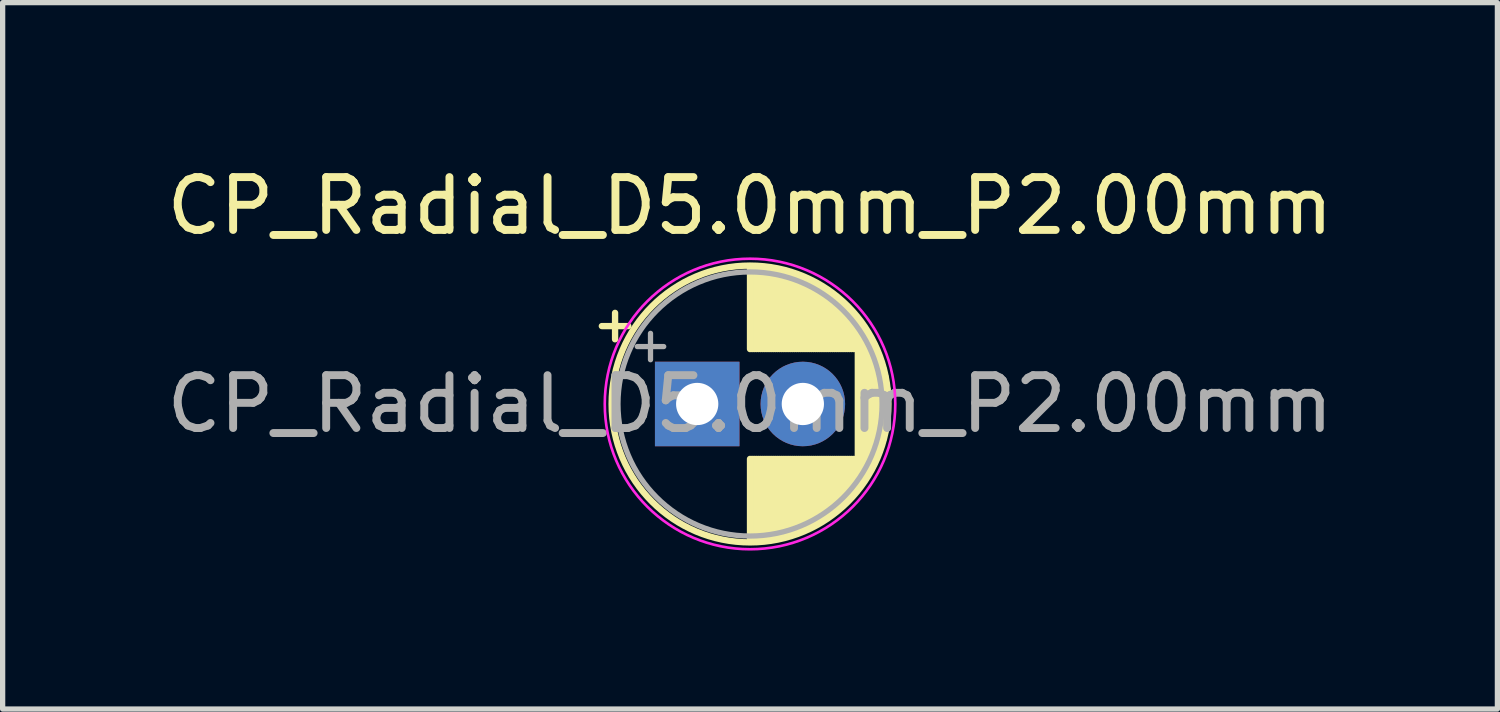
<source format=kicad_pcb>
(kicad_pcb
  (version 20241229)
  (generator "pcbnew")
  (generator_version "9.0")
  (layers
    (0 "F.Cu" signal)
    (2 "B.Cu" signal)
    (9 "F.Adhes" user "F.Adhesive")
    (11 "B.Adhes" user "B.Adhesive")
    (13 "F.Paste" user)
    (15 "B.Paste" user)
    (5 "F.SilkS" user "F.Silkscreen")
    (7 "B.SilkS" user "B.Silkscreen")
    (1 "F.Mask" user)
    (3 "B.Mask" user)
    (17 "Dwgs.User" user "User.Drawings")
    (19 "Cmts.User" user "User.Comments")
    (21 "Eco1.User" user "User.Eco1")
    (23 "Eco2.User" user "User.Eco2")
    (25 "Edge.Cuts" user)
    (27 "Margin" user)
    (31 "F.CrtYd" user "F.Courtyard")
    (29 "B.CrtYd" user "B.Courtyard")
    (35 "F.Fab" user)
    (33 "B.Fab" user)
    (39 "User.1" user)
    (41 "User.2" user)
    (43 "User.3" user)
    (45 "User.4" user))
  (footprint "CP_Radial_D5.0mm_P2.00mm"
    (layer "F.Cu")
    (at 10.149 4.598)
    (property "Reference" "CP_Radial_D5.0mm_P2.00mm" (at 1 -3.75 180) (layer "F.SilkS") (effects (font (size 1 1) (thickness 0.15))))
    (attr through_hole)
    (fp_line (start -1.805 -1.475) (end -1.305 -1.475) (stroke (width 0.12) (type solid)) (layer "F.SilkS"))
    (fp_line (start -1.555 -1.725) (end -1.555 -1.225) (stroke (width 0.12) (type solid)) (layer "F.SilkS"))
    (fp_line (start 1 -2.58) (end 1 -1.04) (stroke (width 0.12) (type solid)) (layer "F.SilkS"))
    (fp_line (start 1 1.04) (end 1 2.58) (stroke (width 0.12) (type solid)) (layer "F.SilkS"))
    (fp_line (start 1.04 -2.58) (end 1.04 -1.04) (stroke (width 0.12) (type solid)) (layer "F.SilkS"))
    (fp_line (start 1.04 1.04) (end 1.04 2.58) (stroke (width 0.12) (type solid)) (layer "F.SilkS"))
    (fp_line (start 1.08 -2.579) (end 1.08 -1.04) (stroke (width 0.12) (type solid)) (layer "F.SilkS"))
    (fp_line (start 1.08 1.04) (end 1.08 2.579) (stroke (width 0.12) (type solid)) (layer "F.SilkS"))
    (fp_line (start 1.12 -2.578) (end 1.12 -1.04) (stroke (width 0.12) (type solid)) (layer "F.SilkS"))
    (fp_line (start 1.12 1.04) (end 1.12 2.578) (stroke (width 0.12) (type solid)) (layer "F.SilkS"))
    (fp_line (start 1.16 -2.576) (end 1.16 -1.04) (stroke (width 0.12) (type solid)) (layer "F.SilkS"))
    (fp_line (start 1.16 1.04) (end 1.16 2.576) (stroke (width 0.12) (type solid)) (layer "F.SilkS"))
    (fp_line (start 1.2 -2.573) (end 1.2 -1.04) (stroke (width 0.12) (type solid)) (layer "F.SilkS"))
    (fp_line (start 1.2 1.04) (end 1.2 2.573) (stroke (width 0.12) (type solid)) (layer "F.SilkS"))
    (fp_line (start 1.24 -2.569) (end 1.24 -1.04) (stroke (width 0.12) (type solid)) (layer "F.SilkS"))
    (fp_line (start 1.24 1.04) (end 1.24 2.569) (stroke (width 0.12) (type solid)) (layer "F.SilkS"))
    (fp_line (start 1.28 -2.565) (end 1.28 -1.04) (stroke (width 0.12) (type solid)) (layer "F.SilkS"))
    (fp_line (start 1.28 1.04) (end 1.28 2.565) (stroke (width 0.12) (type solid)) (layer "F.SilkS"))
    (fp_line (start 1.32 -2.561) (end 1.32 -1.04) (stroke (width 0.12) (type solid)) (layer "F.SilkS"))
    (fp_line (start 1.32 1.04) (end 1.32 2.561) (stroke (width 0.12) (type solid)) (layer "F.SilkS"))
    (fp_line (start 1.36 -2.556) (end 1.36 -1.04) (stroke (width 0.12) (type solid)) (layer "F.SilkS"))
    (fp_line (start 1.36 1.04) (end 1.36 2.556) (stroke (width 0.12) (type solid)) (layer "F.SilkS"))
    (fp_line (start 1.4 -2.55) (end 1.4 -1.04) (stroke (width 0.12) (type solid)) (layer "F.SilkS"))
    (fp_line (start 1.4 1.04) (end 1.4 2.55) (stroke (width 0.12) (type solid)) (layer "F.SilkS"))
    (fp_line (start 1.44 -2.543) (end 1.44 -1.04) (stroke (width 0.12) (type solid)) (layer "F.SilkS"))
    (fp_line (start 1.44 1.04) (end 1.44 2.543) (stroke (width 0.12) (type solid)) (layer "F.SilkS"))
    (fp_line (start 1.48 -2.536) (end 1.48 -1.04) (stroke (width 0.12) (type solid)) (layer "F.SilkS"))
    (fp_line (start 1.48 1.04) (end 1.48 2.536) (stroke (width 0.12) (type solid)) (layer "F.SilkS"))
    (fp_line (start 1.52 -2.528) (end 1.52 -1.04) (stroke (width 0.12) (type solid)) (layer "F.SilkS"))
    (fp_line (start 1.52 1.04) (end 1.52 2.528) (stroke (width 0.12) (type solid)) (layer "F.SilkS"))
    (fp_line (start 1.56 -2.52) (end 1.56 -1.04) (stroke (width 0.12) (type solid)) (layer "F.SilkS"))
    (fp_line (start 1.56 1.04) (end 1.56 2.52) (stroke (width 0.12) (type solid)) (layer "F.SilkS"))
    (fp_line (start 1.6 -2.511) (end 1.6 -1.04) (stroke (width 0.12) (type solid)) (layer "F.SilkS"))
    (fp_line (start 1.6 1.04) (end 1.6 2.511) (stroke (width 0.12) (type solid)) (layer "F.SilkS"))
    (fp_line (start 1.64 -2.501) (end 1.64 -1.04) (stroke (width 0.12) (type solid)) (layer "F.SilkS"))
    (fp_line (start 1.64 1.04) (end 1.64 2.501) (stroke (width 0.12) (type solid)) (layer "F.SilkS"))
    (fp_line (start 1.68 -2.491) (end 1.68 -1.04) (stroke (width 0.12) (type solid)) (layer "F.SilkS"))
    (fp_line (start 1.68 1.04) (end 1.68 2.491) (stroke (width 0.12) (type solid)) (layer "F.SilkS"))
    (fp_line (start 1.721 -2.48) (end 1.721 -1.04) (stroke (width 0.12) (type solid)) (layer "F.SilkS"))
    (fp_line (start 1.721 1.04) (end 1.721 2.48) (stroke (width 0.12) (type solid)) (layer "F.SilkS"))
    (fp_line (start 1.761 -2.468) (end 1.761 -1.04) (stroke (width 0.12) (type solid)) (layer "F.SilkS"))
    (fp_line (start 1.761 1.04) (end 1.761 2.468) (stroke (width 0.12) (type solid)) (layer "F.SilkS"))
    (fp_line (start 1.801 -2.455) (end 1.801 -1.04) (stroke (width 0.12) (type solid)) (layer "F.SilkS"))
    (fp_line (start 1.801 1.04) (end 1.801 2.455) (stroke (width 0.12) (type solid)) (layer "F.SilkS"))
    (fp_line (start 1.841 -2.442) (end 1.841 -1.04) (stroke (width 0.12) (type solid)) (layer "F.SilkS"))
    (fp_line (start 1.841 1.04) (end 1.841 2.442) (stroke (width 0.12) (type solid)) (layer "F.SilkS"))
    (fp_line (start 1.881 -2.428) (end 1.881 -1.04) (stroke (width 0.12) (type solid)) (layer "F.SilkS"))
    (fp_line (start 1.881 1.04) (end 1.881 2.428) (stroke (width 0.12) (type solid)) (layer "F.SilkS"))
    (fp_line (start 1.921 -2.414) (end 1.921 -1.04) (stroke (width 0.12) (type solid)) (layer "F.SilkS"))
    (fp_line (start 1.921 1.04) (end 1.921 2.414) (stroke (width 0.12) (type solid)) (layer "F.SilkS"))
    (fp_line (start 1.961 -2.398) (end 1.961 -1.04) (stroke (width 0.12) (type solid)) (layer "F.SilkS"))
    (fp_line (start 1.961 1.04) (end 1.961 2.398) (stroke (width 0.12) (type solid)) (layer "F.SilkS"))
    (fp_line (start 2.001 -2.382) (end 2.001 -1.04) (stroke (width 0.12) (type solid)) (layer "F.SilkS"))
    (fp_line (start 2.001 1.04) (end 2.001 2.382) (stroke (width 0.12) (type solid)) (layer "F.SilkS"))
    (fp_line (start 2.041 -2.365) (end 2.041 -1.04) (stroke (width 0.12) (type solid)) (layer "F.SilkS"))
    (fp_line (start 2.041 1.04) (end 2.041 2.365) (stroke (width 0.12) (type solid)) (layer "F.SilkS"))
    (fp_line (start 2.081 -2.348) (end 2.081 -1.04) (stroke (width 0.12) (type solid)) (layer "F.SilkS"))
    (fp_line (start 2.081 1.04) (end 2.081 2.348) (stroke (width 0.12) (type solid)) (layer "F.SilkS"))
    (fp_line (start 2.121 -2.329) (end 2.121 -1.04) (stroke (width 0.12) (type solid)) (layer "F.SilkS"))
    (fp_line (start 2.121 1.04) (end 2.121 2.329) (stroke (width 0.12) (type solid)) (layer "F.SilkS"))
    (fp_line (start 2.161 -2.31) (end 2.161 -1.04) (stroke (width 0.12) (type solid)) (layer "F.SilkS"))
    (fp_line (start 2.161 1.04) (end 2.161 2.31) (stroke (width 0.12) (type solid)) (layer "F.SilkS"))
    (fp_line (start 2.201 -2.29) (end 2.201 -1.04) (stroke (width 0.12) (type solid)) (layer "F.SilkS"))
    (fp_line (start 2.201 1.04) (end 2.201 2.29) (stroke (width 0.12) (type solid)) (layer "F.SilkS"))
    (fp_line (start 2.241 -2.268) (end 2.241 -1.04) (stroke (width 0.12) (type solid)) (layer "F.SilkS"))
    (fp_line (start 2.241 1.04) (end 2.241 2.268) (stroke (width 0.12) (type solid)) (layer "F.SilkS"))
    (fp_line (start 2.281 -2.247) (end 2.281 -1.04) (stroke (width 0.12) (type solid)) (layer "F.SilkS"))
    (fp_line (start 2.281 1.04) (end 2.281 2.247) (stroke (width 0.12) (type solid)) (layer "F.SilkS"))
    (fp_line (start 2.321 -2.224) (end 2.321 -1.04) (stroke (width 0.12) (type solid)) (layer "F.SilkS"))
    (fp_line (start 2.321 1.04) (end 2.321 2.224) (stroke (width 0.12) (type solid)) (layer "F.SilkS"))
    (fp_line (start 2.361 -2.2) (end 2.361 -1.04) (stroke (width 0.12) (type solid)) (layer "F.SilkS"))
    (fp_line (start 2.361 1.04) (end 2.361 2.2) (stroke (width 0.12) (type solid)) (layer "F.SilkS"))
    (fp_line (start 2.401 -2.175) (end 2.401 -1.04) (stroke (width 0.12) (type solid)) (layer "F.SilkS"))
    (fp_line (start 2.401 1.04) (end 2.401 2.175) (stroke (width 0.12) (type solid)) (layer "F.SilkS"))
    (fp_line (start 2.441 -2.149) (end 2.441 -1.04) (stroke (width 0.12) (type solid)) (layer "F.SilkS"))
    (fp_line (start 2.441 1.04) (end 2.441 2.149) (stroke (width 0.12) (type solid)) (layer "F.SilkS"))
    (fp_line (start 2.481 -2.122) (end 2.481 -1.04) (stroke (width 0.12) (type solid)) (layer "F.SilkS"))
    (fp_line (start 2.481 1.04) (end 2.481 2.122) (stroke (width 0.12) (type solid)) (layer "F.SilkS"))
    (fp_line (start 2.521 -2.095) (end 2.521 -1.04) (stroke (width 0.12) (type solid)) (layer "F.SilkS"))
    (fp_line (start 2.521 1.04) (end 2.521 2.095) (stroke (width 0.12) (type solid)) (layer "F.SilkS"))
    (fp_line (start 2.561 -2.065) (end 2.561 -1.04) (stroke (width 0.12) (type solid)) (layer "F.SilkS"))
    (fp_line (start 2.561 1.04) (end 2.561 2.065) (stroke (width 0.12) (type solid)) (layer "F.SilkS"))
    (fp_line (start 2.601 -2.035) (end 2.601 -1.04) (stroke (width 0.12) (type solid)) (layer "F.SilkS"))
    (fp_line (start 2.601 1.04) (end 2.601 2.035) (stroke (width 0.12) (type solid)) (layer "F.SilkS"))
    (fp_line (start 2.641 -2.004) (end 2.641 -1.04) (stroke (width 0.12) (type solid)) (layer "F.SilkS"))
    (fp_line (start 2.641 1.04) (end 2.641 2.004) (stroke (width 0.12) (type solid)) (layer "F.SilkS"))
    (fp_line (start 2.681 -1.971) (end 2.681 -1.04) (stroke (width 0.12) (type solid)) (layer "F.SilkS"))
    (fp_line (start 2.681 1.04) (end 2.681 1.971) (stroke (width 0.12) (type solid)) (layer "F.SilkS"))
    (fp_line (start 2.721 -1.937) (end 2.721 -1.04) (stroke (width 0.12) (type solid)) (layer "F.SilkS"))
    (fp_line (start 2.721 1.04) (end 2.721 1.937) (stroke (width 0.12) (type solid)) (layer "F.SilkS"))
    (fp_line (start 2.761 -1.901) (end 2.761 -1.04) (stroke (width 0.12) (type solid)) (layer "F.SilkS"))
    (fp_line (start 2.761 1.04) (end 2.761 1.901) (stroke (width 0.12) (type solid)) (layer "F.SilkS"))
    (fp_line (start 2.801 -1.864) (end 2.801 -1.04) (stroke (width 0.12) (type solid)) (layer "F.SilkS"))
    (fp_line (start 2.801 1.04) (end 2.801 1.864) (stroke (width 0.12) (type solid)) (layer "F.SilkS"))
    (fp_line (start 2.841 -1.826) (end 2.841 -1.04) (stroke (width 0.12) (type solid)) (layer "F.SilkS"))
    (fp_line (start 2.841 1.04) (end 2.841 1.826) (stroke (width 0.12) (type solid)) (layer "F.SilkS"))
    (fp_line (start 2.881 -1.785) (end 2.881 -1.04) (stroke (width 0.12) (type solid)) (layer "F.SilkS"))
    (fp_line (start 2.881 1.04) (end 2.881 1.785) (stroke (width 0.12) (type solid)) (layer "F.SilkS"))
    (fp_line (start 2.921 -1.743) (end 2.921 -1.04) (stroke (width 0.12) (type solid)) (layer "F.SilkS"))
    (fp_line (start 2.921 1.04) (end 2.921 1.743) (stroke (width 0.12) (type solid)) (layer "F.SilkS"))
    (fp_line (start 2.961 -1.699) (end 2.961 -1.04) (stroke (width 0.12) (type solid)) (layer "F.SilkS"))
    (fp_line (start 2.961 1.04) (end 2.961 1.699) (stroke (width 0.12) (type solid)) (layer "F.SilkS"))
    (fp_line (start 3.001 -1.653) (end 3.001 -1.04) (stroke (width 0.12) (type solid)) (layer "F.SilkS"))
    (fp_line (start 3.001 1.04) (end 3.001 1.653) (stroke (width 0.12) (type solid)) (layer "F.SilkS"))
    (fp_line (start 3.041 -1.605) (end 3.041 1.605) (stroke (width 0.12) (type solid)) (layer "F.SilkS"))
    (fp_line (start 3.081 -1.554) (end 3.081 1.554) (stroke (width 0.12) (type solid)) (layer "F.SilkS"))
    (fp_line (start 3.121 -1.5) (end 3.121 1.5) (stroke (width 0.12) (type solid)) (layer "F.SilkS"))
    (fp_line (start 3.161 -1.443) (end 3.161 1.443) (stroke (width 0.12) (type solid)) (layer "F.SilkS"))
    (fp_line (start 3.201 -1.383) (end 3.201 1.383) (stroke (width 0.12) (type solid)) (layer "F.SilkS"))
    (fp_line (start 3.241 -1.319) (end 3.241 1.319) (stroke (width 0.12) (type solid)) (layer "F.SilkS"))
    (fp_line (start 3.281 -1.251) (end 3.281 1.251) (stroke (width 0.12) (type solid)) (layer "F.SilkS"))
    (fp_line (start 3.321 -1.178) (end 3.321 1.178) (stroke (width 0.12) (type solid)) (layer "F.SilkS"))
    (fp_line (start 3.361 -1.098) (end 3.361 1.098) (stroke (width 0.12) (type solid)) (layer "F.SilkS"))
    (fp_line (start 3.401 -1.011) (end 3.401 1.011) (stroke (width 0.12) (type solid)) (layer "F.SilkS"))
    (fp_line (start 3.441 -0.915) (end 3.441 0.915) (stroke (width 0.12) (type solid)) (layer "F.SilkS"))
    (fp_line (start 3.481 -0.805) (end 3.481 0.805) (stroke (width 0.12) (type solid)) (layer "F.SilkS"))
    (fp_line (start 3.521 -0.677) (end 3.521 0.677) (stroke (width 0.12) (type solid)) (layer "F.SilkS"))
    (fp_line (start 3.561 -0.518) (end 3.561 0.518) (stroke (width 0.12) (type solid)) (layer "F.SilkS"))
    (fp_line (start 3.601 -0.284) (end 3.601 0.284) (stroke (width 0.12) (type solid)) (layer "F.SilkS"))
    (fp_circle (center 1 0) (end 3.62 0) (stroke (width 0.12) (type solid)) (fill no) (layer "F.SilkS"))
    (fp_circle (center 1 0) (end 3.75 0) (stroke (width 0.05) (type solid)) (fill no) (layer "F.CrtYd"))
    (fp_line (start -1.134 -1.087) (end -0.634 -1.087) (stroke (width 0.1) (type solid)) (layer "F.Fab"))
    (fp_line (start -0.884 -1.337) (end -0.884 -0.838) (stroke (width 0.1) (type solid)) (layer "F.Fab"))
    (fp_circle (center 1 0) (end 3.5 0) (stroke (width 0.1) (type solid)) (fill no) (layer "F.Fab"))
    (fp_text user "${REFERENCE}" (at 1 0 180) (layer "F.Fab") (effects (font (size 1 1) (thickness 0.15))))
    (pad "1" thru_hole rect (at 0 0) (size 1.6 1.6) (drill 0.8) (layers "*.Cu" "*.Mask"))
    (pad "2" thru_hole circle (at 2 0) (size 1.6 1.6) (drill 0.8) (layers "*.Cu" "*.Mask")))
  (gr_rect
    (start -3 -3)
    (end 25.298 10.373)
    (stroke (width 0.1) (type default))
    (fill no)
    (layer "Edge.Cuts")))
</source>
